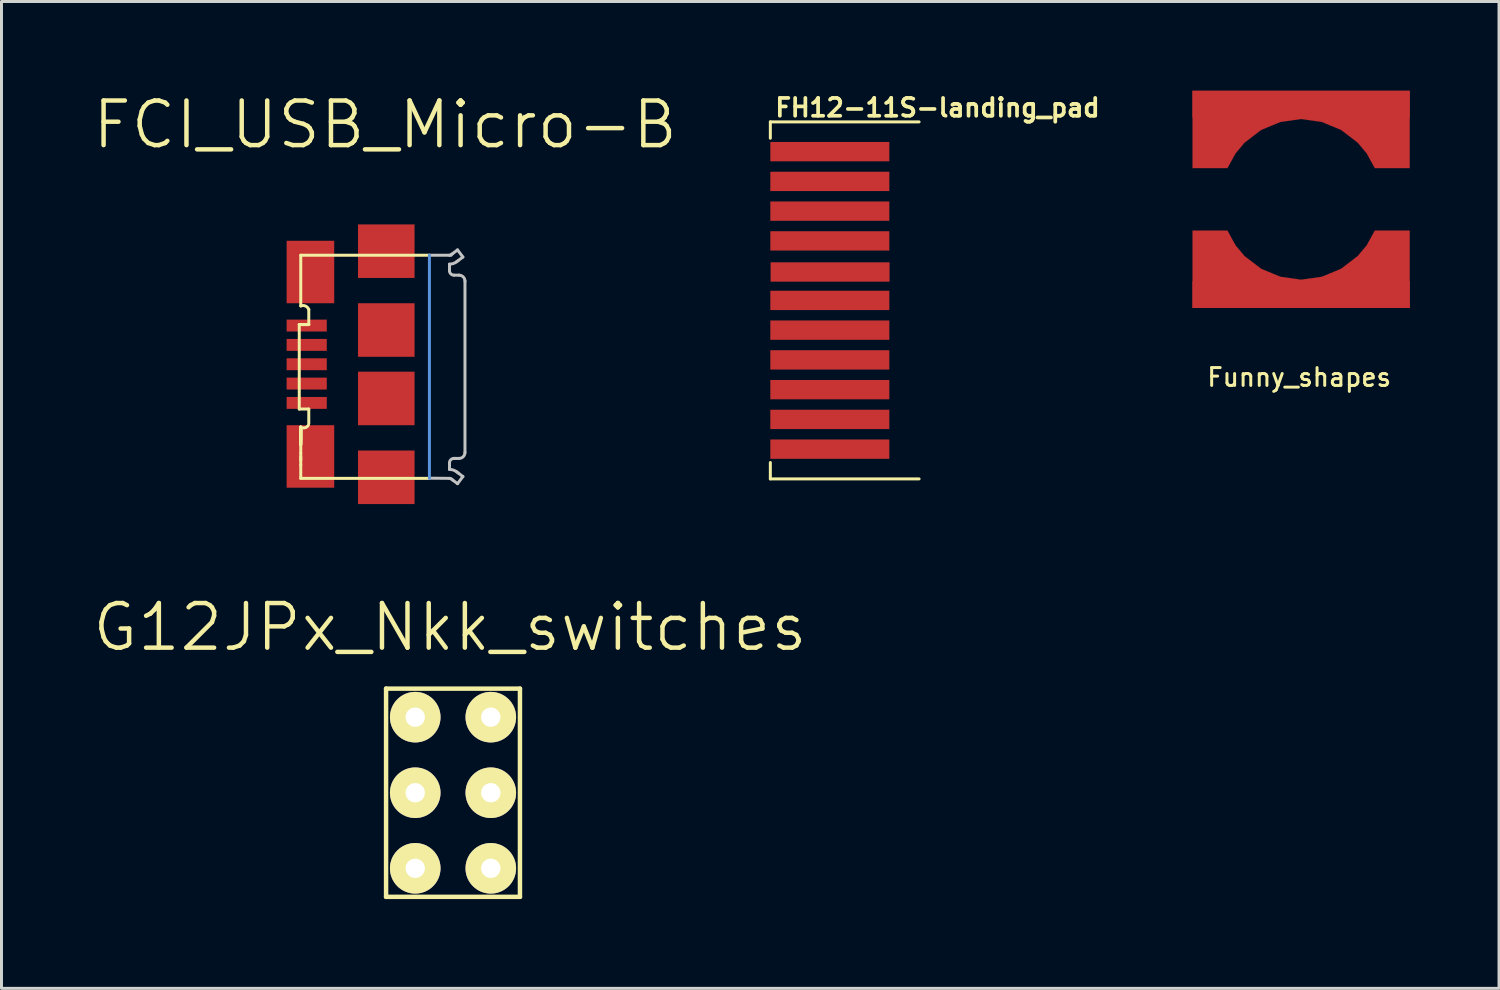
<source format=kicad_pcb>
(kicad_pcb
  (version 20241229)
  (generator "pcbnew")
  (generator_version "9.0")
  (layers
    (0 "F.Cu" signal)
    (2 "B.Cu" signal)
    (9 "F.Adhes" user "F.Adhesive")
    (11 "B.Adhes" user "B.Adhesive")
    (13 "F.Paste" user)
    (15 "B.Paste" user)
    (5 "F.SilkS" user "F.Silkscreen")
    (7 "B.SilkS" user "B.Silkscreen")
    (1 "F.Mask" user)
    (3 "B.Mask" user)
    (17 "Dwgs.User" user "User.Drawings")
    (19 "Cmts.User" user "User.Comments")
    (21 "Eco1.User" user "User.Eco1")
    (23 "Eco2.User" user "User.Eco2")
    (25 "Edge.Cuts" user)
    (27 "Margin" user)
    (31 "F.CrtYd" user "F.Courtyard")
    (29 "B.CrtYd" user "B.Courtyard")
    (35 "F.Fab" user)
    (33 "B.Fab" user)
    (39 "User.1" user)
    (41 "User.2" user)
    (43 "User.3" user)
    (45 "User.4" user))
  (footprint "FCI_USB_Micro-B"
    (layer "F.Cu")
    (at 9.934 9.193)
    (property "Reference" "FCI_USB_Micro-B" (at -0.038 -8.052 0) (layer "F.SilkS") (effects (font (size 1.5 1.5) (thickness 0.15))))
    (attr through_hole)
    (fp_line (start -2.925 1.506) (end -2.925 -1.334) (stroke (width 0.1) (type solid)) (layer "F.SilkS"))
    (fp_line (start -2.875 2.535) (end -2.875 2.108) (stroke (width 0.1) (type solid)) (layer "F.SilkS"))
    (fp_line (start -2.875 2.701) (end -2.875 2.236) (stroke (width 0.1) (type solid)) (layer "F.SilkS"))
    (fp_line (start -2.875 2.701) (end -2.875 2.236) (stroke (width 0.1) (type solid)) (layer "F.SilkS"))
    (fp_line (start -2.875 2.701) (end -2.875 2.99) (stroke (width 0.1) (type solid)) (layer "F.SilkS"))
    (fp_line (start -2.875 2.99) (end -2.875 3.386) (stroke (width 0.1) (type solid)) (layer "F.SilkS"))
    (fp_line (start -2.875 3.111) (end -2.875 3.226) (stroke (width 0.1) (type solid)) (layer "F.SilkS"))
    (fp_line (start -2.875 3.386) (end -2.875 3.836) (stroke (width 0.1) (type solid)) (layer "F.SilkS"))
    (fp_line (start -2.875 3.836) (end 1.45 3.836) (stroke (width 0.1) (type solid)) (layer "F.SilkS"))
    (fp_line (start -2.875 2.108) (end -2.875 2.13) (stroke (width 0.1) (type solid)) (layer "F.SilkS"))
    (fp_line (start -2.875 2.701) (end -2.875 2.227) (stroke (width 0.1) (type solid)) (layer "F.SilkS"))
    (fp_line (start -2.875 2.13) (end -2.875 2.209) (stroke (width 0.1) (type solid)) (layer "F.SilkS"))
    (fp_line (start -2.875 -1.958) (end -2.875 -3.664) (stroke (width 0.1) (type solid)) (layer "F.SilkS"))
    (fp_line (start -2.875 2.13) (end -2.875 2.701) (stroke (width 0.1) (type solid)) (layer "F.SilkS"))
    (fp_line (start -2.875 2.209) (end -2.875 2.635) (stroke (width 0.1) (type solid)) (layer "F.SilkS"))
    (fp_line (start -2.875 2.227) (end -2.875 2.13) (stroke (width 0.1) (type solid)) (layer "F.SilkS"))
    (fp_line (start -2.727 -1.334) (end -2.925 -1.334) (stroke (width 0.1) (type solid)) (layer "F.SilkS"))
    (fp_line (start -2.727 -1.334) (end -2.925 -1.334) (stroke (width 0.1) (type solid)) (layer "F.SilkS"))
    (fp_line (start -2.605 -1.334) (end -2.727 -1.334) (stroke (width 0.1) (type solid)) (layer "F.SilkS"))
    (fp_line (start -2.605 -1.334) (end -2.727 -1.334) (stroke (width 0.1) (type solid)) (layer "F.SilkS"))
    (fp_line (start -2.605 -1.334) (end -2.605 -1.844) (stroke (width 0.1) (type solid)) (layer "F.SilkS"))
    (fp_line (start -2.605 1.506) (end -2.925 1.506) (stroke (width 0.1) (type solid)) (layer "F.SilkS"))
    (fp_line (start -2.605 1.506) (end -2.605 1.997) (stroke (width 0.1) (type solid)) (layer "F.SilkS"))
    (fp_line (start 1.45 -3.664) (end -2.875 -3.664) (stroke (width 0.1) (type solid)) (layer "F.SilkS"))
    (fp_arc (start -2.874 -1.96) (mid -2.713733 -1.954919) (end -2.604 -1.838) (stroke (width 0.1) (type solid)) (layer "F.SilkS"))
    (fp_arc (start -2.619 2.052) (mid -2.734866 2.135726) (end -2.876 2.113) (stroke (width 0.1) (type solid)) (layer "F.SilkS"))
    (fp_line (start 1.45 -3.664) (end 2.18 -3.664) (stroke (width 0.1) (type solid)) (layer "Dwgs.User"))
    (fp_line (start 1.45 3.83) (end 2.126 3.836) (stroke (width 0.1) (type solid)) (layer "Dwgs.User"))
    (fp_line (start 2.125 -3.144) (end 2.125 -3.364) (stroke (width 0.1) (type solid)) (layer "Dwgs.User"))
    (fp_line (start 2.125 3.536) (end 2.125 3.316) (stroke (width 0.1) (type solid)) (layer "Dwgs.User"))
    (fp_line (start 2.185 3.856) (end 2.235 3.894) (stroke (width 0.1) (type solid)) (layer "Dwgs.User"))
    (fp_line (start 2.235 -3.722) (end 2.185 -3.684) (stroke (width 0.1) (type solid)) (layer "Dwgs.User"))
    (fp_line (start 2.275 3.166) (end 2.345 3.166) (stroke (width 0.1) (type solid)) (layer "Dwgs.User"))
    (fp_line (start 2.365 -3.445) (end 2.416 -3.483) (stroke (width 0.1) (type solid)) (layer "Dwgs.User"))
    (fp_line (start 2.395 -3.843) (end 2.235 -3.722) (stroke (width 0.1) (type solid)) (layer "Dwgs.User"))
    (fp_line (start 2.395 4.014) (end 2.235 3.894) (stroke (width 0.1) (type solid)) (layer "Dwgs.User"))
    (fp_line (start 2.395 4.014) (end 2.575 3.775) (stroke (width 0.1) (type solid)) (layer "Dwgs.User"))
    (fp_line (start 2.416 3.654) (end 2.365 3.616) (stroke (width 0.1) (type solid)) (layer "Dwgs.User"))
    (fp_line (start 2.445 -2.994) (end 2.275 -2.994) (stroke (width 0.1) (type solid)) (layer "Dwgs.User"))
    (fp_line (start 2.445 3.166) (end 2.275 3.166) (stroke (width 0.1) (type solid)) (layer "Dwgs.User"))
    (fp_line (start 2.575 -3.603) (end 2.395 -3.843) (stroke (width 0.1) (type solid)) (layer "Dwgs.User"))
    (fp_line (start 2.575 -3.603) (end 2.416 -3.483) (stroke (width 0.1) (type solid)) (layer "Dwgs.User"))
    (fp_line (start 2.575 3.775) (end 2.416 3.654) (stroke (width 0.1) (type solid)) (layer "Dwgs.User"))
    (fp_line (start 2.645 -2.792) (end 2.645 2.969) (stroke (width 0.1) (type solid)) (layer "Dwgs.User"))
    (fp_arc (start 2.124632 3.315825) (mid 2.168563 3.209767) (end 2.274621 3.165836) (stroke (width 0.1) (type solid)) (layer "Dwgs.User"))
    (fp_arc (start 2.124634 3.535842) (mid 2.251544 3.556509) (end 2.365337 3.616377) (stroke (width 0.1) (type solid)) (layer "Dwgs.User"))
    (fp_arc (start 2.12465 3.835839) (mid 2.15634 3.840993) (end 2.184757 3.855936) (stroke (width 0.1) (type solid)) (layer "Dwgs.User"))
    (fp_arc (start 2.184778 -3.684284) (mid 2.156364 -3.669334) (end 2.124674 -3.664172) (stroke (width 0.1) (type solid)) (layer "Dwgs.User"))
    (fp_arc (start 2.274621 -2.99417) (mid 2.168562 -3.038101) (end 2.124631 -3.14416) (stroke (width 0.1) (type solid)) (layer "Dwgs.User"))
    (fp_arc (start 2.365345 -3.444718) (mid 2.251553 -3.384847) (end 2.124644 -3.364177) (stroke (width 0.1) (type solid)) (layer "Dwgs.User"))
    (fp_arc (start 2.444636 -2.994165) (mid 2.586051 -2.935589) (end 2.644627 -2.794174) (stroke (width 0.1) (type solid)) (layer "Dwgs.User"))
    (fp_arc (start 2.644627 2.965839) (mid 2.586051 3.107254) (end 2.444636 3.16583) (stroke (width 0.1) (type solid)) (layer "Dwgs.User"))
    (fp_line (start 1.45 -3.666) (end 1.45 3.836) (stroke (width 0.1) (type solid)) (layer "Cmts.User"))
    (pad "1" smd rect (at -2.675 1.3 180) (size 1.35 0.4) (layers "F.Cu" "F.Mask" "F.Paste"))
    (pad "2" smd rect (at -2.675 0.65 180) (size 1.35 0.4) (layers "F.Cu" "F.Mask" "F.Paste"))
    (pad "3" smd rect (at -2.675 0 180) (size 1.35 0.4) (layers "F.Cu" "F.Mask" "F.Paste"))
    (pad "4" smd rect (at -2.675 -0.65 180) (size 1.35 0.4) (layers "F.Cu" "F.Mask" "F.Paste"))
    (pad "5" smd rect (at -2.675 -1.3 180) (size 1.35 0.4) (layers "F.Cu" "F.Mask" "F.Paste"))
    (pad "6" smd rect (at -2.55 -3.1) (size 1.6 2.1) (layers "F.Cu" "F.Mask" "F.Paste"))
    (pad "7" smd rect (at -2.55 3.1) (size 1.6 2.1) (layers "F.Cu" "F.Mask" "F.Paste"))
    (pad "8" smd rect (at 0 -3.8) (size 1.9 1.8) (layers "F.Cu" "F.Mask" "F.Paste"))
    (pad "9" smd rect (at 0 -1.15 180) (size 1.9 1.8) (layers "F.Cu" "F.Mask" "F.Paste"))
    (pad "10" smd rect (at 0 1.15 180) (size 1.9 1.8) (layers "F.Cu" "F.Mask" "F.Paste"))
    (pad "11" smd rect (at 0 3.8) (size 1.9 1.8) (layers "F.Cu" "F.Mask" "F.Paste")))
  (footprint "FH12-11S-landing_pad"
    (layer "F.Cu")
    (at 24.843 7.047)
    (property "Reference" "FH12-11S-landing_pad" (at 3.62 -6.477 0) (layer "F.SilkS") (effects (font (size 0.6 0.6) (thickness 0.125))))
    (attr exclude_from_pos_files exclude_from_bom)
    (fp_line (start -2 -6) (end 3 -6) (stroke (width 0.1) (type solid)) (layer "F.SilkS"))
    (fp_line (start -2 -5.45) (end -2 -6) (stroke (width 0.1) (type solid)) (layer "F.SilkS"))
    (fp_line (start -2 5.45) (end -2 6) (stroke (width 0.1) (type solid)) (layer "F.SilkS"))
    (fp_line (start -2 6) (end 3 6) (stroke (width 0.1) (type solid)) (layer "F.SilkS"))
    (pad "1" smd rect (at 0 5) (size 4 0.65) (layers "F.Cu" "F.Mask"))
    (pad "2" smd rect (at 0 4) (size 4 0.65) (layers "F.Cu" "F.Mask"))
    (pad "3" smd rect (at 0 3) (size 4 0.65) (layers "F.Cu" "F.Mask"))
    (pad "4" smd rect (at 0 2) (size 4 0.65) (layers "F.Cu" "F.Mask"))
    (pad "5" smd rect (at 0 1) (size 4 0.65) (layers "F.Cu" "F.Mask"))
    (pad "6" smd rect (at 0 0) (size 4 0.65) (layers "F.Cu" "F.Mask"))
    (pad "7" smd rect (at 0.008 -0.955) (size 4 0.65) (layers "F.Cu" "F.Mask"))
    (pad "8" smd rect (at 0 -2) (size 4 0.65) (layers "F.Cu" "F.Mask"))
    (pad "9" smd rect (at 0 -3) (size 4 0.65) (layers "F.Cu" "F.Mask"))
    (pad "10" smd rect (at 0 -4) (size 4 0.65) (layers "F.Cu" "F.Mask"))
    (pad "11" smd rect (at 0 -5) (size 4 0.65) (layers "F.Cu" "F.Mask")))
  (footprint "G12JPx_Nkk_switches"
    (layer "F.Cu")
    (at 12.177 23.596)
    (property "Reference" "G12JPx_Nkk_switches" (at -0.102 -5.563 0) (layer "F.SilkS") (effects (font (size 1.5 1.5) (thickness 0.15))))
    (attr through_hole)
    (fp_line (start -2.25 -3.5) (end 2.25 -3.5) (stroke (width 0.15) (type solid)) (layer "F.SilkS"))
    (fp_line (start -2.25 3.5) (end -2.25 -3.5) (stroke (width 0.15) (type solid)) (layer "F.SilkS"))
    (fp_line (start 2.25 -3.5) (end 2.25 3.5) (stroke (width 0.15) (type solid)) (layer "F.SilkS"))
    (fp_line (start 2.25 3.5) (end -2.25 3.5) (stroke (width 0.15) (type solid)) (layer "F.SilkS"))
    (pad "1" thru_hole circle (at 1.27 -2.54) (size 1.7 1.7) (drill 0.65) (layers "*.Cu" "*.Mask" "F.SilkS"))
    (pad "2" thru_hole circle (at 1.27 0) (size 1.7 1.7) (drill 0.65) (layers "*.Cu" "*.Mask" "F.SilkS"))
    (pad "3" thru_hole circle (at 1.27 2.54) (size 1.7 1.7) (drill 0.65) (layers "*.Cu" "*.Mask" "F.SilkS"))
    (pad "4" thru_hole circle (at -1.27 -2.54) (size 1.7 1.7) (drill 0.65) (layers "*.Cu" "*.Mask" "F.SilkS"))
    (pad "5" thru_hole circle (at -1.27 0) (size 1.7 1.7) (drill 0.65) (layers "*.Cu" "*.Mask" "F.SilkS"))
    (pad "6" thru_hole circle (at -1.27 2.54) (size 1.7 1.7) (drill 0.65) (layers "*.Cu" "*.Mask" "F.SilkS")))
  (footprint "Funny_shapes"
    (layer "F.Cu")
    (at 40.684 3.651)
    (property "Reference" "Funny_shapes" (at -0.064 5.982 0) (layer "F.SilkS") (effects (font (size 0.6 0.6) (thickness 0.1))))
    (attr through_hole)
    (fp_poly (pts (xy -3.65 -3.65) (xy 3.65 -3.65) (xy 3.65 -1.05) (xy 2.477 -1.05) (xy 2.205 -1.544) (xy 1.904 -1.904) (xy 1.346 -2.332) (xy 0.697 -2.601) (xy 0 -2.7) (xy -0.697 -2.601) (xy -1.346 -2.332) (xy -1.904 -1.904) (xy -2.205 -1.544) (xy -2.477 -1.05) (xy -3.65 -1.05)) (stroke (width 0.003) (type solid)) (fill yes) (layer "F.Cu"))
    (fp_poly (pts (xy -3.65 3.65) (xy 3.65 3.65) (xy 3.65 1.05) (xy 2.477 1.05) (xy 2.205 1.544) (xy 1.904 1.904) (xy 1.346 2.332) (xy 0.697 2.601) (xy 0 2.7) (xy -0.697 2.601) (xy -1.346 2.332) (xy -1.904 1.904) (xy -2.205 1.544) (xy -2.477 1.05) (xy -3.65 1.05)) (stroke (width 0.003) (type solid)) (fill yes) (layer "F.Cu"))
    (pad "1" smd rect (at 0 -3.2) (size 7.3 0.9) (layers "F.Cu" "F.Mask" "F.Paste"))
    (pad "2" smd rect (at 0 3.2) (size 7.3 0.9) (layers "F.Cu" "F.Mask" "F.Paste")))
  (gr_rect
    (start -3 -3)
    (end 47.336 30.172)
    (stroke (width 0.1) (type default))
    (fill no)
    (layer "Edge.Cuts")))
</source>
